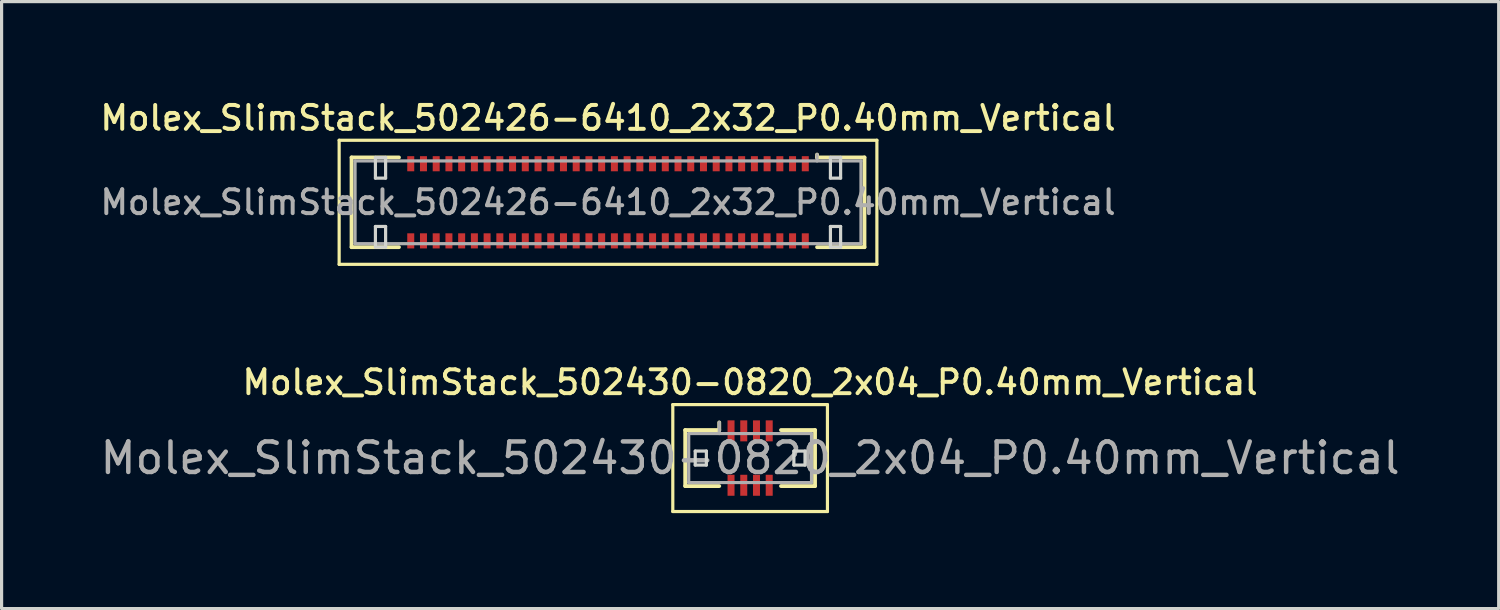
<source format=kicad_pcb>
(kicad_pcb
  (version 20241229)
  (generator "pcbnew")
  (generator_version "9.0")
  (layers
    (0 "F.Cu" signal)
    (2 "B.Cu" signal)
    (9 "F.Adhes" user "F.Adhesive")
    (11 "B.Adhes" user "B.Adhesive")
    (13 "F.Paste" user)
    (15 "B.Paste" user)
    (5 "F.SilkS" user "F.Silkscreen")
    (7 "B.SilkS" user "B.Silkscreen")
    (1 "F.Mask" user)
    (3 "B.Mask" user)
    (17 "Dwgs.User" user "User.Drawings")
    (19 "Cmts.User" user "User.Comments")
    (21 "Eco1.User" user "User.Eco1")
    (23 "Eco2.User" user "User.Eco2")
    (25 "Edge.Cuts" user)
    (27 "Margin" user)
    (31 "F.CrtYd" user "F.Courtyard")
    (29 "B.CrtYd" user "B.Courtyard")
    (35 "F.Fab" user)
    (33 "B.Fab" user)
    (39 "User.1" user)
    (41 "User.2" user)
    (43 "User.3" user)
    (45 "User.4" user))
  (footprint "Molex_SlimStack_502430-0820_2x04_P0.40mm_Vertical"
    (layer "F.Cu")
    (at 20.525 11.346)
    (property "Reference" "Molex_SlimStack_502430-0820_2x04_P0.40mm_Vertical" (at 0 -2.38 0) (layer "F.SilkS") (effects (font (size 0.75 0.75) (thickness 0.125))))
    (attr smd)
    (fp_line (start -2.43 -1.68) (end -2.43 1.68) (stroke (width 0.1) (type solid)) (layer "F.SilkS"))
    (fp_line (start -2.43 1.68) (end 2.43 1.68) (stroke (width 0.1) (type solid)) (layer "F.SilkS"))
    (fp_line (start -2.04 -0.88) (end -0.97 -0.88) (stroke (width 0.12) (type solid)) (layer "F.SilkS"))
    (fp_line (start -2.04 0.88) (end -2.04 -0.88) (stroke (width 0.12) (type solid)) (layer "F.SilkS"))
    (fp_line (start -0.97 -0.88) (end -0.97 -1.12) (stroke (width 0.12) (type solid)) (layer "F.SilkS"))
    (fp_line (start -0.97 0.88) (end -2.04 0.88) (stroke (width 0.12) (type solid)) (layer "F.SilkS"))
    (fp_line (start 0.97 0.88) (end 2.04 0.88) (stroke (width 0.12) (type solid)) (layer "F.SilkS"))
    (fp_line (start 2.04 -0.88) (end 0.97 -0.88) (stroke (width 0.12) (type solid)) (layer "F.SilkS"))
    (fp_line (start 2.04 0.88) (end 2.04 -0.88) (stroke (width 0.12) (type solid)) (layer "F.SilkS"))
    (fp_line (start 2.43 -1.68) (end -2.43 -1.68) (stroke (width 0.1) (type solid)) (layer "F.SilkS"))
    (fp_line (start 2.43 1.68) (end 2.43 -1.68) (stroke (width 0.1) (type solid)) (layer "F.SilkS"))
    (fp_line (start -1.725 -0.22) (end -1.725 0.22) (stroke (width 0.1) (type solid)) (layer "Edge.Cuts"))
    (fp_line (start -1.725 0.22) (end -1.375 0.22) (stroke (width 0.1) (type solid)) (layer "Edge.Cuts"))
    (fp_line (start -1.375 -0.22) (end -1.725 -0.22) (stroke (width 0.1) (type solid)) (layer "Edge.Cuts"))
    (fp_line (start -1.375 0.22) (end -1.375 -0.22) (stroke (width 0.1) (type solid)) (layer "Edge.Cuts"))
    (fp_line (start 1.375 -0.22) (end 1.375 0.22) (stroke (width 0.1) (type solid)) (layer "Edge.Cuts"))
    (fp_line (start 1.375 0.22) (end 1.725 0.22) (stroke (width 0.1) (type solid)) (layer "Edge.Cuts"))
    (fp_line (start 1.725 -0.22) (end 1.375 -0.22) (stroke (width 0.1) (type solid)) (layer "Edge.Cuts"))
    (fp_line (start 1.725 0.22) (end 1.725 -0.22) (stroke (width 0.1) (type solid)) (layer "Edge.Cuts"))
    (fp_line (start -1.93 -0.77) (end -1.93 0.77) (stroke (width 0.1) (type solid)) (layer "F.Fab"))
    (fp_line (start -1.93 0.77) (end 1.93 0.77) (stroke (width 0.1) (type solid)) (layer "F.Fab"))
    (fp_line (start -0.97 -0.77) (end -0.97 -1.12) (stroke (width 0.1) (type solid)) (layer "F.Fab"))
    (fp_line (start 1.93 -0.77) (end -1.93 -0.77) (stroke (width 0.1) (type solid)) (layer "F.Fab"))
    (fp_line (start 1.93 0.77) (end 1.93 -0.77) (stroke (width 0.1) (type solid)) (layer "F.Fab"))
    (fp_text user "${REFERENCE}" (at 0 0 0) (layer "F.Fab") (effects (font (size 0.96 0.96) (thickness 0.14))))
    (pad "1" smd rect (at -0.6 -0.855) (size 0.22 0.66) (layers "F.Cu" "F.Mask" "F.Paste"))
    (pad "2" smd rect (at -0.6 0.855) (size 0.22 0.66) (layers "F.Cu" "F.Mask" "F.Paste"))
    (pad "3" smd rect (at -0.2 -0.855) (size 0.22 0.66) (layers "F.Cu" "F.Mask" "F.Paste"))
    (pad "4" smd rect (at -0.2 0.855) (size 0.22 0.66) (layers "F.Cu" "F.Mask" "F.Paste"))
    (pad "5" smd rect (at 0.2 -0.855) (size 0.22 0.66) (layers "F.Cu" "F.Mask" "F.Paste"))
    (pad "6" smd rect (at 0.2 0.855) (size 0.22 0.66) (layers "F.Cu" "F.Mask" "F.Paste"))
    (pad "7" smd rect (at 0.6 -0.855) (size 0.22 0.66) (layers "F.Cu" "F.Mask" "F.Paste"))
    (pad "8" smd rect (at 0.6 0.855) (size 0.22 0.66) (layers "F.Cu" "F.Mask" "F.Paste")))
  (footprint "Molex_SlimStack_502426-6410_2x32_P0.40mm_Vertical"
    (layer "F.Cu")
    (at 16.059 3.308)
    (property "Reference" "Molex_SlimStack_502426-6410_2x32_P0.40mm_Vertical" (at 0 -2.65 0) (layer "F.SilkS") (effects (font (size 0.75 0.75) (thickness 0.125))))
    (attr smd)
    (fp_line (start -8.45 -1.95) (end -8.45 1.95) (stroke (width 0.1) (type solid)) (layer "F.SilkS"))
    (fp_line (start -8.45 1.95) (end 8.45 1.95) (stroke (width 0.1) (type solid)) (layer "F.SilkS"))
    (fp_line (start -8.06 -1.41) (end -6.57 -1.41) (stroke (width 0.12) (type solid)) (layer "F.SilkS"))
    (fp_line (start -8.06 1.41) (end -8.06 -1.41) (stroke (width 0.12) (type solid)) (layer "F.SilkS"))
    (fp_line (start -6.57 1.41) (end -8.06 1.41) (stroke (width 0.12) (type solid)) (layer "F.SilkS"))
    (fp_line (start 6.57 -1.41) (end 6.57 -1.5) (stroke (width 0.12) (type solid)) (layer "F.SilkS"))
    (fp_line (start 6.57 1.41) (end 8.06 1.41) (stroke (width 0.12) (type solid)) (layer "F.SilkS"))
    (fp_line (start 8.06 -1.41) (end 6.57 -1.41) (stroke (width 0.12) (type solid)) (layer "F.SilkS"))
    (fp_line (start 8.06 1.41) (end 8.06 -1.41) (stroke (width 0.12) (type solid)) (layer "F.SilkS"))
    (fp_line (start 8.45 -1.95) (end -8.45 -1.95) (stroke (width 0.1) (type solid)) (layer "F.SilkS"))
    (fp_line (start 8.45 1.95) (end 8.45 -1.95) (stroke (width 0.1) (type solid)) (layer "F.SilkS"))
    (fp_line (start -7.31 -1.41) (end -7.31 -0.76) (stroke (width 0.1) (type solid)) (layer "Edge.Cuts"))
    (fp_line (start -7.31 -0.76) (end -6.99 -0.76) (stroke (width 0.1) (type solid)) (layer "Edge.Cuts"))
    (fp_line (start -7.31 0.76) (end -7.31 1.41) (stroke (width 0.1) (type solid)) (layer "Edge.Cuts"))
    (fp_line (start -7.31 1.41) (end -6.99 1.41) (stroke (width 0.1) (type solid)) (layer "Edge.Cuts"))
    (fp_line (start -6.99 -1.41) (end -7.31 -1.41) (stroke (width 0.1) (type solid)) (layer "Edge.Cuts"))
    (fp_line (start -6.99 -0.76) (end -6.99 -1.41) (stroke (width 0.1) (type solid)) (layer "Edge.Cuts"))
    (fp_line (start -6.99 0.76) (end -7.31 0.76) (stroke (width 0.1) (type solid)) (layer "Edge.Cuts"))
    (fp_line (start -6.99 1.41) (end -6.99 0.76) (stroke (width 0.1) (type solid)) (layer "Edge.Cuts"))
    (fp_line (start 6.99 -1.41) (end 6.99 -0.76) (stroke (width 0.1) (type solid)) (layer "Edge.Cuts"))
    (fp_line (start 6.99 -0.76) (end 7.31 -0.76) (stroke (width 0.1) (type solid)) (layer "Edge.Cuts"))
    (fp_line (start 6.99 0.76) (end 6.99 1.41) (stroke (width 0.1) (type solid)) (layer "Edge.Cuts"))
    (fp_line (start 6.99 1.41) (end 7.31 1.41) (stroke (width 0.1) (type solid)) (layer "Edge.Cuts"))
    (fp_line (start 7.31 -1.41) (end 6.99 -1.41) (stroke (width 0.1) (type solid)) (layer "Edge.Cuts"))
    (fp_line (start 7.31 -0.76) (end 7.31 -1.41) (stroke (width 0.1) (type solid)) (layer "Edge.Cuts"))
    (fp_line (start 7.31 0.76) (end 6.99 0.76) (stroke (width 0.1) (type solid)) (layer "Edge.Cuts"))
    (fp_line (start 7.31 1.41) (end 7.31 0.76) (stroke (width 0.1) (type solid)) (layer "Edge.Cuts"))
    (fp_line (start -7.95 -1.3) (end -7.95 1.3) (stroke (width 0.1) (type solid)) (layer "F.Fab"))
    (fp_line (start -7.95 1.3) (end 7.95 1.3) (stroke (width 0.1) (type solid)) (layer "F.Fab"))
    (fp_line (start 6.57 -1.3) (end 6.57 -1.5) (stroke (width 0.1) (type solid)) (layer "F.Fab"))
    (fp_line (start 7.95 -1.3) (end -7.95 -1.3) (stroke (width 0.1) (type solid)) (layer "F.Fab"))
    (fp_line (start 7.95 1.3) (end 7.95 -1.3) (stroke (width 0.1) (type solid)) (layer "F.Fab"))
    (fp_text user "${REFERENCE}" (at 0 0 0) (layer "F.Fab") (effects (font (size 0.75 0.75) (thickness 0.125))))
    (pad "1" smd rect (at 6.2 -1.212) (size 0.22 0.475) (layers "F.Cu" "F.Mask" "F.Paste"))
    (pad "2" smd rect (at 6.2 1.212) (size 0.22 0.475) (layers "F.Cu" "F.Mask" "F.Paste"))
    (pad "3" smd rect (at 5.8 -1.212) (size 0.22 0.475) (layers "F.Cu" "F.Mask" "F.Paste"))
    (pad "4" smd rect (at 5.8 1.212) (size 0.22 0.475) (layers "F.Cu" "F.Mask" "F.Paste"))
    (pad "5" smd rect (at 5.4 -1.212) (size 0.22 0.475) (layers "F.Cu" "F.Mask" "F.Paste"))
    (pad "6" smd rect (at 5.4 1.212) (size 0.22 0.475) (layers "F.Cu" "F.Mask" "F.Paste"))
    (pad "7" smd rect (at 5 -1.212) (size 0.22 0.475) (layers "F.Cu" "F.Mask" "F.Paste"))
    (pad "8" smd rect (at 5 1.212) (size 0.22 0.475) (layers "F.Cu" "F.Mask" "F.Paste"))
    (pad "9" smd rect (at 4.6 -1.212) (size 0.22 0.475) (layers "F.Cu" "F.Mask" "F.Paste"))
    (pad "10" smd rect (at 4.6 1.212) (size 0.22 0.475) (layers "F.Cu" "F.Mask" "F.Paste"))
    (pad "11" smd rect (at 4.2 -1.212) (size 0.22 0.475) (layers "F.Cu" "F.Mask" "F.Paste"))
    (pad "12" smd rect (at 4.2 1.212) (size 0.22 0.475) (layers "F.Cu" "F.Mask" "F.Paste"))
    (pad "13" smd rect (at 3.8 -1.212) (size 0.22 0.475) (layers "F.Cu" "F.Mask" "F.Paste"))
    (pad "14" smd rect (at 3.8 1.212) (size 0.22 0.475) (layers "F.Cu" "F.Mask" "F.Paste"))
    (pad "15" smd rect (at 3.4 -1.212) (size 0.22 0.475) (layers "F.Cu" "F.Mask" "F.Paste"))
    (pad "16" smd rect (at 3.4 1.212) (size 0.22 0.475) (layers "F.Cu" "F.Mask" "F.Paste"))
    (pad "17" smd rect (at 3 -1.212) (size 0.22 0.475) (layers "F.Cu" "F.Mask" "F.Paste"))
    (pad "18" smd rect (at 3 1.212) (size 0.22 0.475) (layers "F.Cu" "F.Mask" "F.Paste"))
    (pad "19" smd rect (at 2.6 -1.212) (size 0.22 0.475) (layers "F.Cu" "F.Mask" "F.Paste"))
    (pad "20" smd rect (at 2.6 1.212) (size 0.22 0.475) (layers "F.Cu" "F.Mask" "F.Paste"))
    (pad "21" smd rect (at 2.2 -1.212) (size 0.22 0.475) (layers "F.Cu" "F.Mask" "F.Paste"))
    (pad "22" smd rect (at 2.2 1.212) (size 0.22 0.475) (layers "F.Cu" "F.Mask" "F.Paste"))
    (pad "23" smd rect (at 1.8 -1.212) (size 0.22 0.475) (layers "F.Cu" "F.Mask" "F.Paste"))
    (pad "24" smd rect (at 1.8 1.212) (size 0.22 0.475) (layers "F.Cu" "F.Mask" "F.Paste"))
    (pad "25" smd rect (at 1.4 -1.212) (size 0.22 0.475) (layers "F.Cu" "F.Mask" "F.Paste"))
    (pad "26" smd rect (at 1.4 1.212) (size 0.22 0.475) (layers "F.Cu" "F.Mask" "F.Paste"))
    (pad "27" smd rect (at 1 -1.212) (size 0.22 0.475) (layers "F.Cu" "F.Mask" "F.Paste"))
    (pad "28" smd rect (at 1 1.212) (size 0.22 0.475) (layers "F.Cu" "F.Mask" "F.Paste"))
    (pad "29" smd rect (at 0.6 -1.212) (size 0.22 0.475) (layers "F.Cu" "F.Mask" "F.Paste"))
    (pad "30" smd rect (at 0.6 1.212) (size 0.22 0.475) (layers "F.Cu" "F.Mask" "F.Paste"))
    (pad "31" smd rect (at 0.2 -1.212) (size 0.22 0.475) (layers "F.Cu" "F.Mask" "F.Paste"))
    (pad "32" smd rect (at 0.2 1.212) (size 0.22 0.475) (layers "F.Cu" "F.Mask" "F.Paste"))
    (pad "33" smd rect (at -0.2 -1.212) (size 0.22 0.475) (layers "F.Cu" "F.Mask" "F.Paste"))
    (pad "34" smd rect (at -0.2 1.212) (size 0.22 0.475) (layers "F.Cu" "F.Mask" "F.Paste"))
    (pad "35" smd rect (at -0.6 -1.212) (size 0.22 0.475) (layers "F.Cu" "F.Mask" "F.Paste"))
    (pad "36" smd rect (at -0.6 1.212) (size 0.22 0.475) (layers "F.Cu" "F.Mask" "F.Paste"))
    (pad "37" smd rect (at -1 -1.212) (size 0.22 0.475) (layers "F.Cu" "F.Mask" "F.Paste"))
    (pad "38" smd rect (at -1 1.212) (size 0.22 0.475) (layers "F.Cu" "F.Mask" "F.Paste"))
    (pad "39" smd rect (at -1.4 -1.212) (size 0.22 0.475) (layers "F.Cu" "F.Mask" "F.Paste"))
    (pad "40" smd rect (at -1.4 1.212) (size 0.22 0.475) (layers "F.Cu" "F.Mask" "F.Paste"))
    (pad "41" smd rect (at -1.8 -1.212) (size 0.22 0.475) (layers "F.Cu" "F.Mask" "F.Paste"))
    (pad "42" smd rect (at -1.8 1.212) (size 0.22 0.475) (layers "F.Cu" "F.Mask" "F.Paste"))
    (pad "43" smd rect (at -2.2 -1.212) (size 0.22 0.475) (layers "F.Cu" "F.Mask" "F.Paste"))
    (pad "44" smd rect (at -2.2 1.212) (size 0.22 0.475) (layers "F.Cu" "F.Mask" "F.Paste"))
    (pad "45" smd rect (at -2.6 -1.212) (size 0.22 0.475) (layers "F.Cu" "F.Mask" "F.Paste"))
    (pad "46" smd rect (at -2.6 1.212) (size 0.22 0.475) (layers "F.Cu" "F.Mask" "F.Paste"))
    (pad "47" smd rect (at -3 -1.212) (size 0.22 0.475) (layers "F.Cu" "F.Mask" "F.Paste"))
    (pad "48" smd rect (at -3 1.212) (size 0.22 0.475) (layers "F.Cu" "F.Mask" "F.Paste"))
    (pad "49" smd rect (at -3.4 -1.212) (size 0.22 0.475) (layers "F.Cu" "F.Mask" "F.Paste"))
    (pad "50" smd rect (at -3.4 1.212) (size 0.22 0.475) (layers "F.Cu" "F.Mask" "F.Paste"))
    (pad "51" smd rect (at -3.8 -1.212) (size 0.22 0.475) (layers "F.Cu" "F.Mask" "F.Paste"))
    (pad "52" smd rect (at -3.8 1.212) (size 0.22 0.475) (layers "F.Cu" "F.Mask" "F.Paste"))
    (pad "53" smd rect (at -4.2 -1.212) (size 0.22 0.475) (layers "F.Cu" "F.Mask" "F.Paste"))
    (pad "54" smd rect (at -4.2 1.212) (size 0.22 0.475) (layers "F.Cu" "F.Mask" "F.Paste"))
    (pad "55" smd rect (at -4.6 -1.212) (size 0.22 0.475) (layers "F.Cu" "F.Mask" "F.Paste"))
    (pad "56" smd rect (at -4.6 1.212) (size 0.22 0.475) (layers "F.Cu" "F.Mask" "F.Paste"))
    (pad "57" smd rect (at -5 -1.212) (size 0.22 0.475) (layers "F.Cu" "F.Mask" "F.Paste"))
    (pad "58" smd rect (at -5 1.212) (size 0.22 0.475) (layers "F.Cu" "F.Mask" "F.Paste"))
    (pad "59" smd rect (at -5.4 -1.212) (size 0.22 0.475) (layers "F.Cu" "F.Mask" "F.Paste"))
    (pad "60" smd rect (at -5.4 1.212) (size 0.22 0.475) (layers "F.Cu" "F.Mask" "F.Paste"))
    (pad "61" smd rect (at -5.8 -1.212) (size 0.22 0.475) (layers "F.Cu" "F.Mask" "F.Paste"))
    (pad "62" smd rect (at -5.8 1.212) (size 0.22 0.475) (layers "F.Cu" "F.Mask" "F.Paste"))
    (pad "63" smd rect (at -6.2 -1.212) (size 0.22 0.475) (layers "F.Cu" "F.Mask" "F.Paste"))
    (pad "64" smd rect (at -6.2 1.212) (size 0.22 0.475) (layers "F.Cu" "F.Mask" "F.Paste")))
  (gr_rect
    (start -3 -3)
    (end 44.051 16.076)
    (stroke (width 0.1) (type default))
    (fill no)
    (layer "Edge.Cuts")))
</source>
